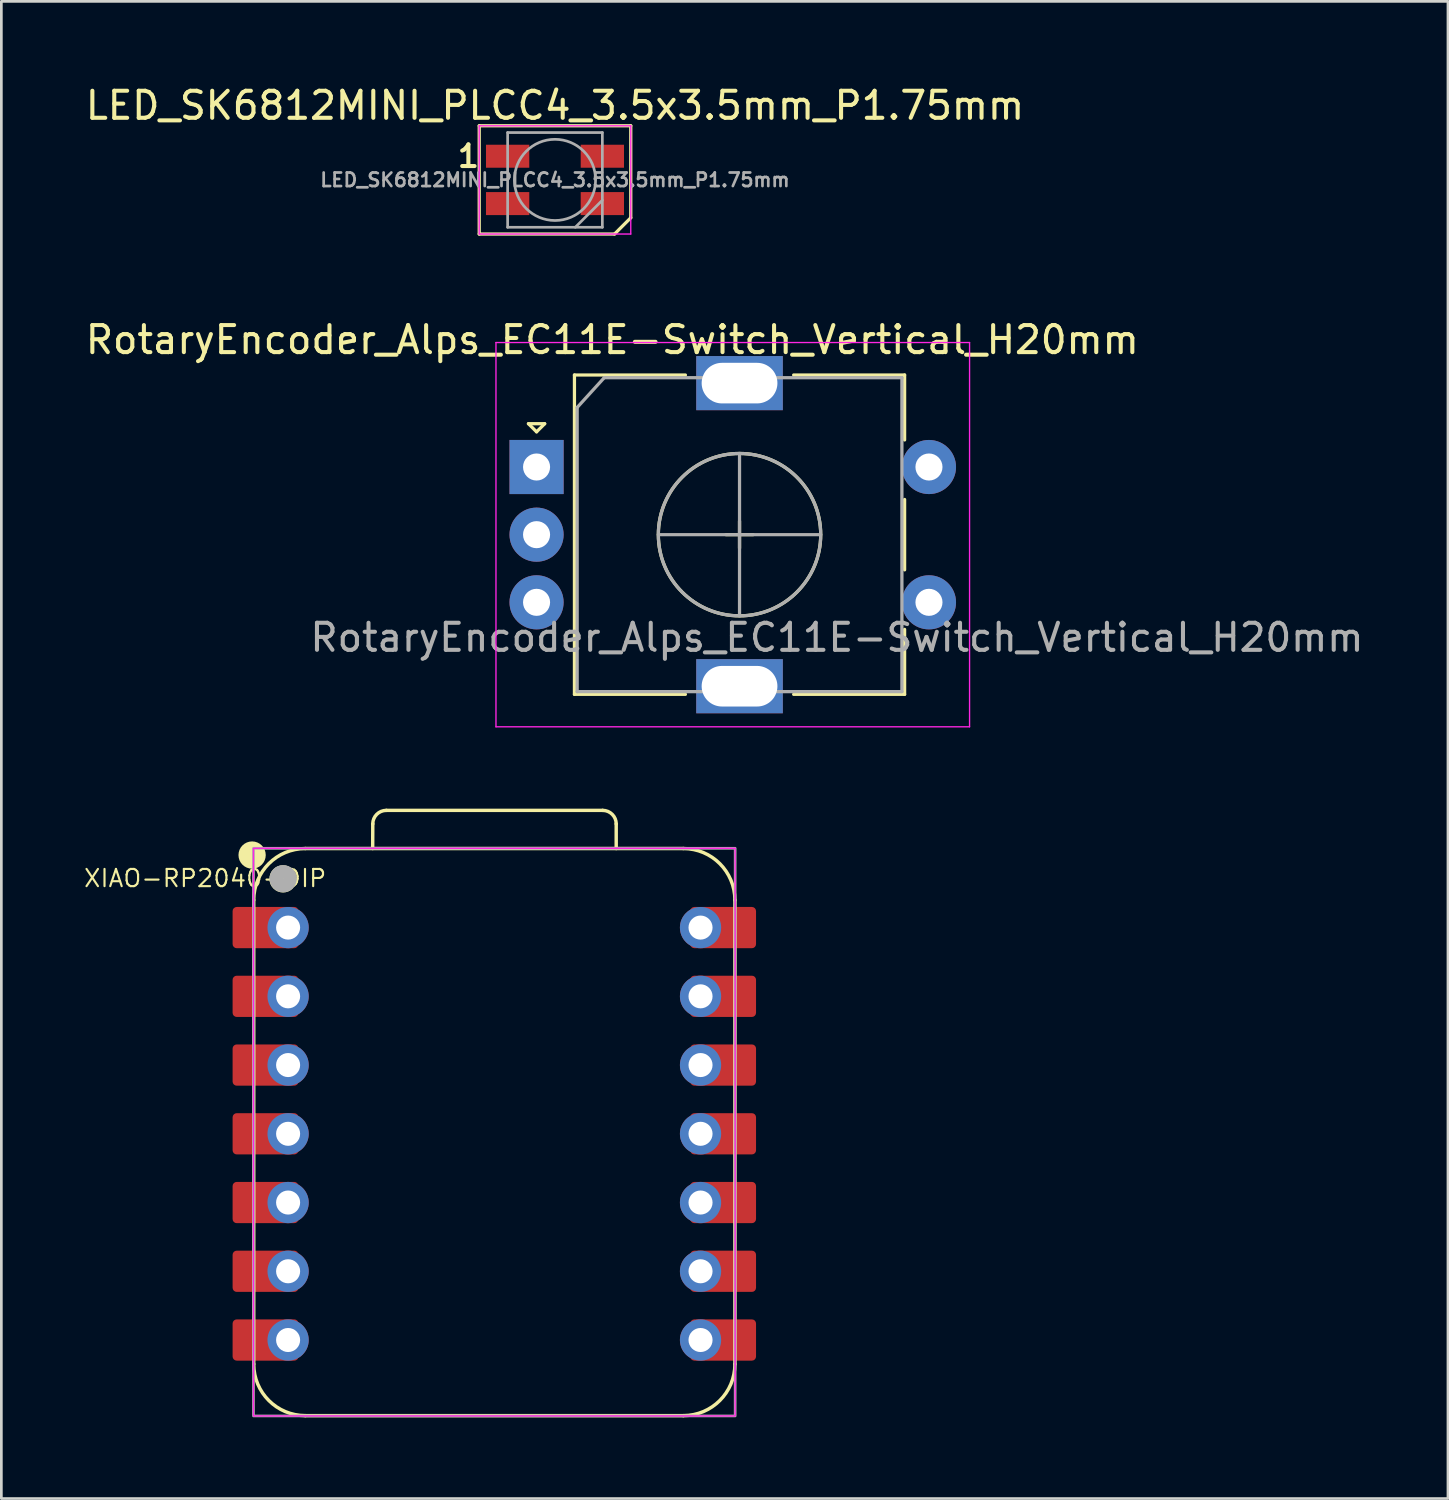
<source format=kicad_pcb>
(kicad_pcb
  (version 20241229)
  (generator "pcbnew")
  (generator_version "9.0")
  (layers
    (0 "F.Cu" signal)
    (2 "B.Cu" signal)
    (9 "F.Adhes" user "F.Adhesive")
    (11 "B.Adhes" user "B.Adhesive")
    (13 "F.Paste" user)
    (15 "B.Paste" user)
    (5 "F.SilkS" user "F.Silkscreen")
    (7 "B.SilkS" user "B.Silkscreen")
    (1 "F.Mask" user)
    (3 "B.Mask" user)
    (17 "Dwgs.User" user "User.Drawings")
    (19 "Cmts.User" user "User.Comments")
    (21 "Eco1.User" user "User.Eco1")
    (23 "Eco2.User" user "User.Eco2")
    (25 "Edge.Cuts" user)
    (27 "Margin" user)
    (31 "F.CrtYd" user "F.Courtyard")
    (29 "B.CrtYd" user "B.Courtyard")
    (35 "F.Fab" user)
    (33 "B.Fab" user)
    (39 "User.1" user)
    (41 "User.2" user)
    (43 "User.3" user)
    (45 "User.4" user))
  (footprint "XIAO-RP2040-DIP"
    (layer "F.Cu")
    (at 15.216 38.846)
    (property "Reference" "XIAO-RP2040-DIP" (at -10.685 -9.442 0) (unlocked yes) (layer "F.SilkS") (effects (font (size 0.635 0.635) (thickness 0.079))))
    (attr smd)
    (fp_line (start -8.89 8.509) (end -8.89 -8.636) (stroke (width 0.127) (type solid)) (layer "F.SilkS"))
    (fp_line (start -6.985 10.414) (end 6.985 10.414) (stroke (width 0.127) (type solid)) (layer "F.SilkS"))
    (fp_line (start -4.495 -10.541) (end -4.491 -11.451) (stroke (width 0.127) (type solid)) (layer "F.SilkS"))
    (fp_line (start -3.991 -11.951) (end 4.004 -11.951) (stroke (width 0.127) (type solid)) (layer "F.SilkS"))
    (fp_line (start 4.504 -11.451) (end 4.504 -10.541) (stroke (width 0.127) (type solid)) (layer "F.SilkS"))
    (fp_line (start 6.985 -10.541) (end -6.985 -10.541) (stroke (width 0.1) (type solid)) (layer "F.SilkS"))
    (fp_line (start 6.985 -10.541) (end -6.985 -10.541) (stroke (width 0.127) (type solid)) (layer "F.SilkS"))
    (fp_line (start 8.89 8.509) (end 8.89 -8.636) (stroke (width 0.127) (type solid)) (layer "F.SilkS"))
    (fp_arc (start -8.89 -8.636) (mid -8.332038 -9.983038) (end -6.985 -10.541) (stroke (width 0.127) (type solid)) (layer "F.SilkS"))
    (fp_arc (start -6.985 10.414) (mid -8.332038 9.856038) (end -8.89 8.509) (stroke (width 0.127) (type solid)) (layer "F.SilkS"))
    (fp_arc (start -4.491272 -11.451272) (mid -4.344728 -11.80464) (end -3.991272 -11.951) (stroke (width 0.127) (type default)) (layer "F.SilkS"))
    (fp_arc (start 4.004 -11.951) (mid 4.357553 -11.804553) (end 4.504 -11.451) (stroke (width 0.127) (type default)) (layer "F.SilkS"))
    (fp_arc (start 6.985 -10.541) (mid 8.332038 -9.983038) (end 8.89 -8.636) (stroke (width 0.127) (type solid)) (layer "F.SilkS"))
    (fp_arc (start 8.89 8.509) (mid 8.332038 9.856038) (end 6.985 10.414) (stroke (width 0.127) (type solid)) (layer "F.SilkS"))
    (fp_circle (center -8.95 -10.3) (end -8.95 -10.554) (stroke (width 0.5) (type solid)) (fill yes) (layer "F.SilkS"))
    (fp_circle (center -7.807 -9.42) (end -7.807 -9.674) (stroke (width 0.5) (type solid)) (fill yes) (layer "F.SilkS"))
    (fp_rect (start -8.9 -10.55) (end 8.9 10.425) (stroke (width 0.05) (type default)) (fill no) (layer "F.CrtYd"))
    (fp_rect (start -8.9 -10.55) (end 8.9 10.425) (stroke (width 0.1) (type default)) (fill no) (layer "F.Fab"))
    (fp_circle (center -7.804 -9.426) (end -7.804 -9.68) (stroke (width 0.5) (type solid)) (fill no) (layer "F.Fab"))
    (pad "1" smd roundrect (at -8.455 -7.62 180) (size 2.432 1.524) (layers "F.Cu" "F.Mask") (roundrect_rratio 0.1))
    (pad "1" thru_hole circle (at -7.62 -7.62 180) (size 1.524 1.524) (drill 0.889) (layers "*.Cu" "*.Mask"))
    (pad "2" smd roundrect (at -8.455 -5.08 180) (size 2.432 1.524) (layers "F.Cu" "F.Mask") (roundrect_rratio 0.1))
    (pad "2" thru_hole circle (at -7.62 -5.08 180) (size 1.524 1.524) (drill 0.889) (layers "*.Cu" "*.Mask"))
    (pad "3" smd roundrect (at -8.455 -2.54 180) (size 2.432 1.524) (layers "F.Cu" "F.Mask") (roundrect_rratio 0.1))
    (pad "3" thru_hole circle (at -7.62 -2.54 180) (size 1.524 1.524) (drill 0.889) (layers "*.Cu" "*.Mask"))
    (pad "4" smd roundrect (at -8.455 0 180) (size 2.432 1.524) (layers "F.Cu" "F.Mask") (roundrect_rratio 0.1))
    (pad "4" thru_hole circle (at -7.62 0 180) (size 1.524 1.524) (drill 0.889) (layers "*.Cu" "*.Mask"))
    (pad "5" smd roundrect (at -8.455 2.54 180) (size 2.432 1.524) (layers "F.Cu" "F.Mask") (roundrect_rratio 0.1))
    (pad "5" thru_hole circle (at -7.62 2.54 180) (size 1.524 1.524) (drill 0.889) (layers "*.Cu" "*.Mask"))
    (pad "6" smd roundrect (at -8.455 5.08 180) (size 2.432 1.524) (layers "F.Cu" "F.Mask") (roundrect_rratio 0.1))
    (pad "6" thru_hole circle (at -7.62 5.08 180) (size 1.524 1.524) (drill 0.889) (layers "*.Cu" "*.Mask"))
    (pad "7" smd roundrect (at -8.455 7.62 180) (size 2.432 1.524) (layers "F.Cu" "F.Mask") (roundrect_rratio 0.1))
    (pad "7" thru_hole circle (at -7.62 7.62 180) (size 1.524 1.524) (drill 0.889) (layers "*.Cu" "*.Mask"))
    (pad "8" thru_hole circle (at 7.62 7.62) (size 1.524 1.524) (drill 0.889) (layers "*.Cu" "*.Mask"))
    (pad "8" smd roundrect (at 8.455 7.62) (size 2.432 1.524) (layers "F.Cu" "F.Mask") (roundrect_rratio 0.1))
    (pad "9" thru_hole circle (at 7.62 5.08) (size 1.524 1.524) (drill 0.889) (layers "*.Cu" "*.Mask"))
    (pad "9" smd roundrect (at 8.455 5.08) (size 2.432 1.524) (layers "F.Cu" "F.Mask") (roundrect_rratio 0.1))
    (pad "10" thru_hole circle (at 7.62 2.54) (size 1.524 1.524) (drill 0.889) (layers "*.Cu" "*.Mask"))
    (pad "10" smd roundrect (at 8.455 2.54) (size 2.432 1.524) (layers "F.Cu" "F.Mask") (roundrect_rratio 0.1))
    (pad "11" thru_hole circle (at 7.62 0) (size 1.524 1.524) (drill 0.889) (layers "*.Cu" "*.Mask"))
    (pad "11" smd roundrect (at 8.455 0) (size 2.432 1.524) (layers "F.Cu" "F.Mask") (roundrect_rratio 0.1))
    (pad "12" thru_hole circle (at 7.62 -2.54) (size 1.524 1.524) (drill 0.889) (layers "*.Cu" "*.Mask"))
    (pad "12" smd roundrect (at 8.455 -2.54) (size 2.432 1.524) (layers "F.Cu" "F.Mask") (roundrect_rratio 0.1))
    (pad "13" thru_hole circle (at 7.62 -5.08) (size 1.524 1.524) (drill 0.889) (layers "*.Cu" "*.Mask"))
    (pad "13" smd roundrect (at 8.455 -5.08) (size 2.432 1.524) (layers "F.Cu" "F.Mask") (roundrect_rratio 0.1))
    (pad "14" thru_hole circle (at 7.62 -7.62) (size 1.524 1.524) (drill 0.889) (layers "*.Cu" "*.Mask"))
    (pad "14" smd roundrect (at 8.455 -7.62) (size 2.432 1.524) (layers "F.Cu" "F.Mask") (roundrect_rratio 0.1)))
  (footprint "RotaryEncoder_Alps_EC11E-Switch_Vertical_H20mm"
    (layer "F.Cu")
    (at 16.777 14.207)
    (property "Reference" "RotaryEncoder_Alps_EC11E-Switch_Vertical_H20mm" (at 2.8 -4.7 0) (layer "F.SilkS") (effects (font (size 1 1) (thickness 0.15))))
    (attr through_hole)
    (fp_line (start -0.3 -1.6) (end 0.3 -1.6) (stroke (width 0.12) (type solid)) (layer "F.SilkS"))
    (fp_line (start 0 -1.3) (end -0.3 -1.6) (stroke (width 0.12) (type solid)) (layer "F.SilkS"))
    (fp_line (start 0.3 -1.6) (end 0 -1.3) (stroke (width 0.12) (type solid)) (layer "F.SilkS"))
    (fp_line (start 1.4 -3.4) (end 1.4 8.4) (stroke (width 0.12) (type solid)) (layer "F.SilkS"))
    (fp_line (start 5.5 -3.4) (end 1.4 -3.4) (stroke (width 0.12) (type solid)) (layer "F.SilkS"))
    (fp_line (start 5.5 8.4) (end 1.4 8.4) (stroke (width 0.12) (type solid)) (layer "F.SilkS"))
    (fp_line (start 7 2.5) (end 8 2.5) (stroke (width 0.12) (type solid)) (layer "F.SilkS"))
    (fp_line (start 7.5 2) (end 7.5 3) (stroke (width 0.12) (type solid)) (layer "F.SilkS"))
    (fp_line (start 9.5 -3.4) (end 13.6 -3.4) (stroke (width 0.12) (type solid)) (layer "F.SilkS"))
    (fp_line (start 13.6 -3.4) (end 13.6 -1) (stroke (width 0.12) (type solid)) (layer "F.SilkS"))
    (fp_line (start 13.6 1.2) (end 13.6 3.8) (stroke (width 0.12) (type solid)) (layer "F.SilkS"))
    (fp_line (start 13.6 6) (end 13.6 8.4) (stroke (width 0.12) (type solid)) (layer "F.SilkS"))
    (fp_line (start 13.6 8.4) (end 9.5 8.4) (stroke (width 0.12) (type solid)) (layer "F.SilkS"))
    (fp_circle (center 7.5 2.5) (end 10.5 2.5) (stroke (width 0.12) (type solid)) (fill no) (layer "F.SilkS"))
    (fp_line (start -1.5 -4.6) (end -1.5 9.6) (stroke (width 0.05) (type solid)) (layer "F.CrtYd"))
    (fp_line (start -1.5 -4.6) (end 16 -4.6) (stroke (width 0.05) (type solid)) (layer "F.CrtYd"))
    (fp_line (start 16 9.6) (end -1.5 9.6) (stroke (width 0.05) (type solid)) (layer "F.CrtYd"))
    (fp_line (start 16 9.6) (end 16 -4.6) (stroke (width 0.05) (type solid)) (layer "F.CrtYd"))
    (fp_line (start 1.5 -2.2) (end 2.5 -3.3) (stroke (width 0.12) (type solid)) (layer "F.Fab"))
    (fp_line (start 1.5 8.3) (end 1.5 -2.2) (stroke (width 0.12) (type solid)) (layer "F.Fab"))
    (fp_line (start 2.5 -3.3) (end 13.5 -3.3) (stroke (width 0.12) (type solid)) (layer "F.Fab"))
    (fp_line (start 4.5 2.5) (end 10.5 2.5) (stroke (width 0.12) (type solid)) (layer "F.Fab"))
    (fp_line (start 7.5 -0.5) (end 7.5 5.5) (stroke (width 0.12) (type solid)) (layer "F.Fab"))
    (fp_line (start 13.5 -3.3) (end 13.5 8.3) (stroke (width 0.12) (type solid)) (layer "F.Fab"))
    (fp_line (start 13.5 8.3) (end 1.5 8.3) (stroke (width 0.12) (type solid)) (layer "F.Fab"))
    (fp_circle (center 7.5 2.5) (end 10.5 2.5) (stroke (width 0.12) (type solid)) (fill no) (layer "F.Fab"))
    (fp_text user "${REFERENCE}" (at 11.1 6.3 0) (layer "F.Fab") (effects (font (size 1 1) (thickness 0.15))))
    (pad "A" thru_hole rect (at 0 0) (size 2 2) (drill 1) (layers "*.Cu" "*.Mask"))
    (pad "B" thru_hole circle (at 0 5) (size 2 2) (drill 1) (layers "*.Cu" "*.Mask"))
    (pad "C" thru_hole circle (at 0 2.5) (size 2 2) (drill 1) (layers "*.Cu" "*.Mask"))
    (pad "MP" thru_hole rect (at 7.5 -3.1) (size 3.2 2) (drill oval 2.8 1.5) (layers "*.Cu" "*.Mask"))
    (pad "MP" thru_hole rect (at 7.5 8.1) (size 3.2 2) (drill oval 2.8 1.5) (layers "*.Cu" "*.Mask"))
    (pad "S1" thru_hole circle (at 14.5 5) (size 2 2) (drill 1) (layers "*.Cu" "*.Mask"))
    (pad "S2" thru_hole circle (at 14.5 0) (size 2 2) (drill 1) (layers "*.Cu" "*.Mask")))
  (footprint "LED_SK6812MINI_PLCC4_3.5x3.5mm_P1.75mm"
    (layer "F.Cu")
    (at 17.458 3.598)
    (property "Reference" "LED_SK6812MINI_PLCC4_3.5x3.5mm_P1.75mm" (at 0 -2.75 0) (layer "F.SilkS") (effects (font (size 1 1) (thickness 0.15))))
    (attr smd)
    (fp_line (start -2.8 -2) (end -2.8 2) (stroke (width 0.12) (type default)) (layer "F.SilkS"))
    (fp_line (start -2.8 -2) (end 2.8 -2) (stroke (width 0.12) (type solid)) (layer "F.SilkS"))
    (fp_line (start -2.8 2) (end 2.2 2) (stroke (width 0.12) (type solid)) (layer "F.SilkS"))
    (fp_line (start 2.8 1.4) (end 2.2 2) (stroke (width 0.12) (type default)) (layer "F.SilkS"))
    (fp_line (start 2.8 1.4) (end 2.8 -2) (stroke (width 0.12) (type solid)) (layer "F.SilkS"))
    (fp_line (start -2.8 -2) (end -2.8 2) (stroke (width 0.05) (type solid)) (layer "F.CrtYd"))
    (fp_line (start -2.8 2) (end 2.8 2) (stroke (width 0.05) (type solid)) (layer "F.CrtYd"))
    (fp_line (start 2.8 -2) (end -2.8 -2) (stroke (width 0.05) (type solid)) (layer "F.CrtYd"))
    (fp_line (start 2.8 2) (end 2.8 -2) (stroke (width 0.05) (type solid)) (layer "F.CrtYd"))
    (fp_line (start -1.75 -1.75) (end -1.75 1.75) (stroke (width 0.1) (type solid)) (layer "F.Fab"))
    (fp_line (start -1.75 1.75) (end 1.75 1.75) (stroke (width 0.1) (type solid)) (layer "F.Fab"))
    (fp_line (start 1.75 -1.75) (end -1.75 -1.75) (stroke (width 0.1) (type solid)) (layer "F.Fab"))
    (fp_line (start 1.75 0.75) (end 0.75 1.75) (stroke (width 0.1) (type solid)) (layer "F.Fab"))
    (fp_line (start 1.75 1.75) (end 1.75 -1.75) (stroke (width 0.1) (type solid)) (layer "F.Fab"))
    (fp_circle (center 0 0) (end 0 -1.5) (stroke (width 0.1) (type solid)) (fill no) (layer "F.Fab"))
    (fp_text user "1" (at -3.2 -0.875 0) (unlocked yes) (layer "F.SilkS") (effects (font (size 0.8 0.8) (thickness 0.15))))
    (fp_text user "${REFERENCE}" (at 0 0 0) (layer "F.Fab") (effects (font (size 0.5 0.5) (thickness 0.1))))
    (pad "1" smd rect (at -1.75 -0.875) (size 1.6 0.85) (layers "F.Cu" "F.Mask" "F.Paste"))
    (pad "2" smd rect (at -1.75 0.875) (size 1.6 0.85) (layers "F.Cu" "F.Mask" "F.Paste"))
    (pad "3" smd rect (at 1.75 0.875) (size 1.6 0.85) (layers "F.Cu" "F.Mask" "F.Paste"))
    (pad "4" smd rect (at 1.75 -0.875) (size 1.6 0.85) (layers "F.Cu" "F.Mask" "F.Paste")))
  (gr_rect
    (start -3 -3)
    (end 50.455 52.324)
    (stroke (width 0.1) (type default))
    (fill no)
    (layer "Edge.Cuts")))
</source>
